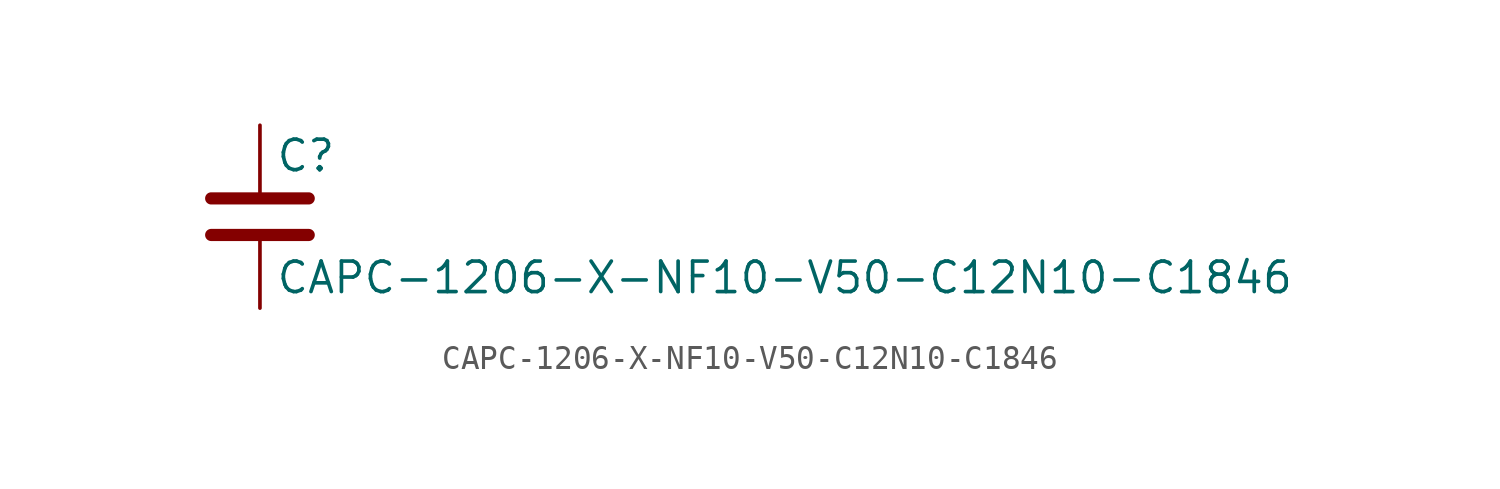
<source format=kicad_sym>
(kicad_symbol_lib
  (version 20211014)
  (generator kicad_symbol_editor)
  (symbol "CAPC-1206-X-NF10-V50-C12N10-C1846"
    (pin_numbers hide)
    (pin_names
      (offset 0.254))
    (property "Reference" "C"
      (at 0.635 2.54 0)
      (effects (font (size 1.27 1.27)) (justify left)))
    (property "Value" "CAPC-1206-X-NF10-V50-C12N10-C1846"
      (at 0.635 -2.54 0)
      (effects (font (size 1.27 1.27)) (justify left)))
    (symbol "CAPC-1206-X-NF10-V50-C12N10-C1846_0_1"
      (polyline (pts (xy -2.032 -0.762) (xy 2.032 -0.762)) (stroke (width 0.508) (type default) (color 0 0 0 0)) (fill (type none)))
      (polyline (pts (xy -2.032 0.762) (xy 2.032 0.762)) (stroke (width 0.508) (type default) (color 0 0 0 0)) (fill (type none))))
    (symbol "CAPC-1206-X-NF10-V50-C12N10-C1846_1_1"
      (pin passive line (at 0 3.81 270) (length 2.794) (name "~" (effects (font (size 1.27 1.27)))) (number "1" (effects (font (size 1.27 1.27)))))
      (pin passive line (at 0 -3.81 90) (length 2.794) (name "~" (effects (font (size 1.27 1.27)))) (number "2" (effects (font (size 1.27 1.27))))))))
</source>
